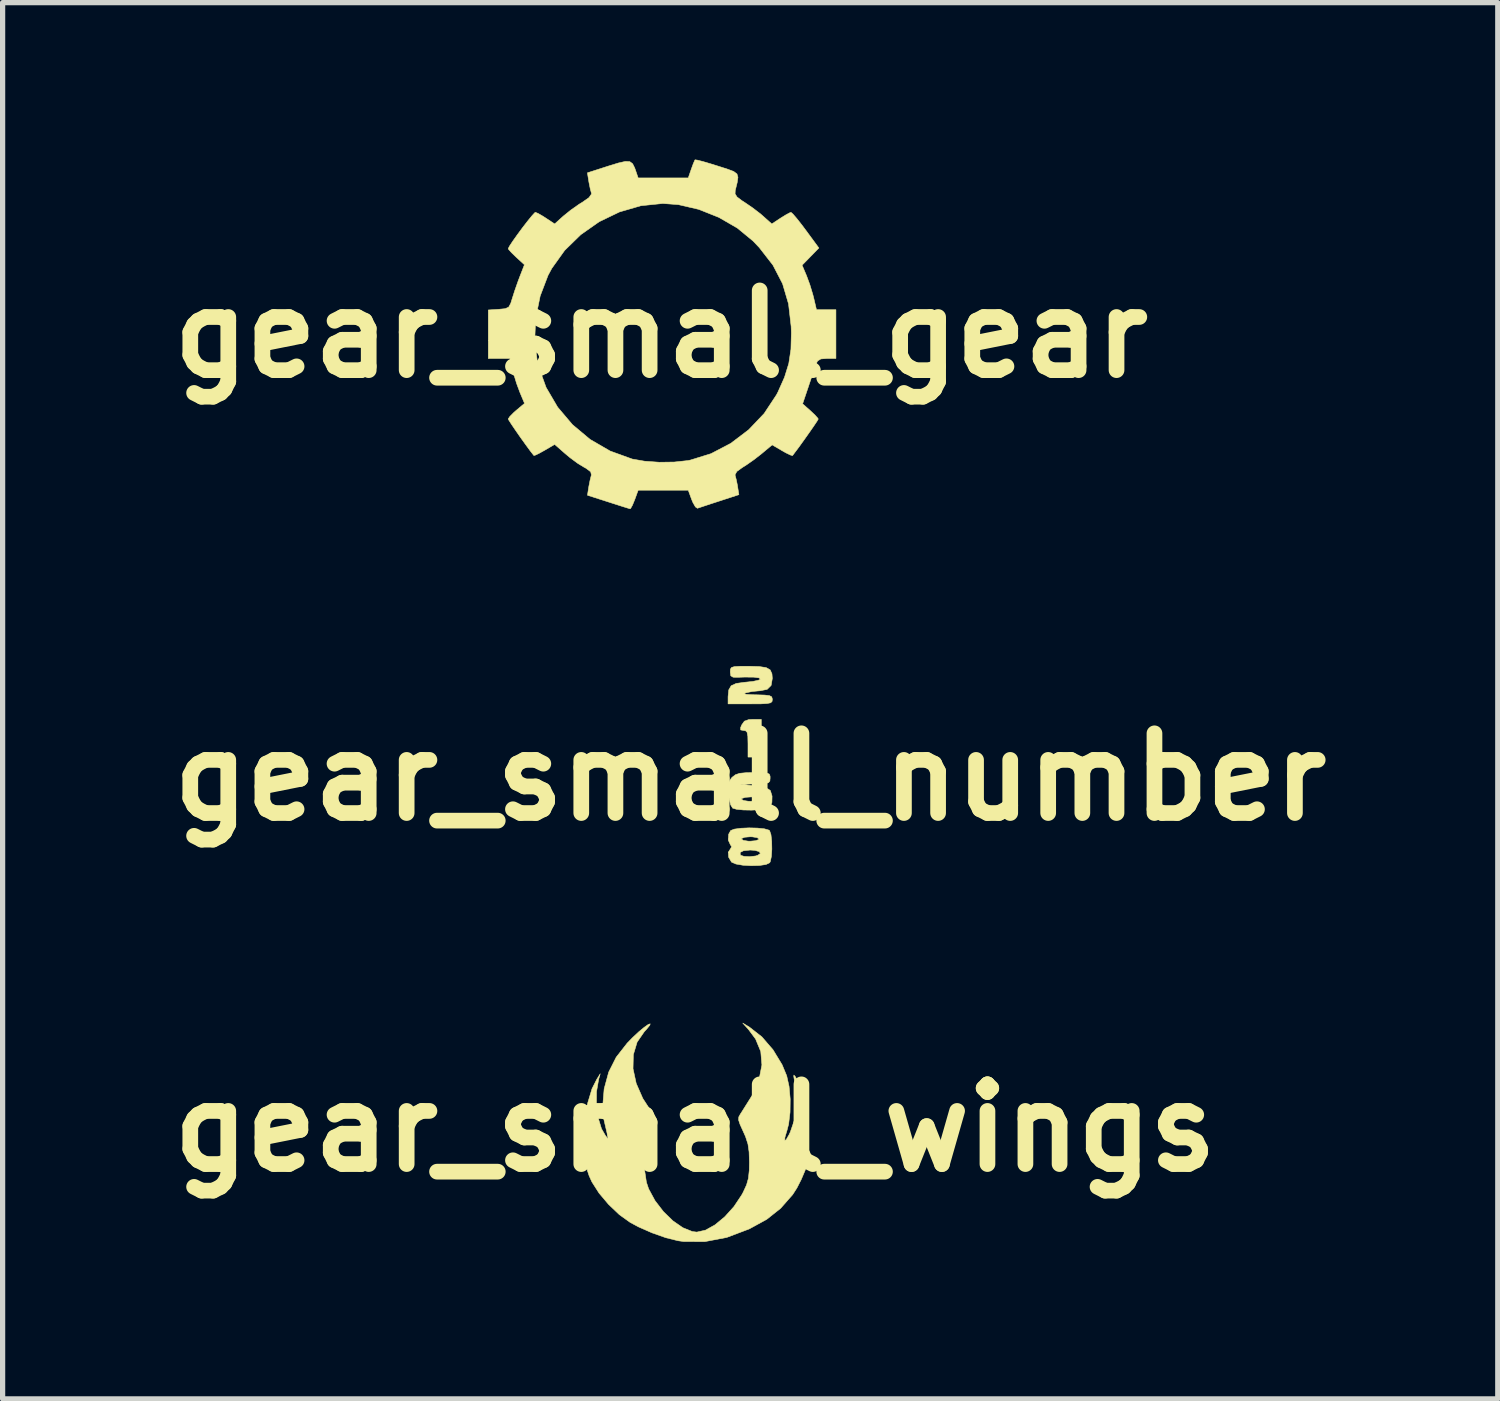
<source format=kicad_pcb>
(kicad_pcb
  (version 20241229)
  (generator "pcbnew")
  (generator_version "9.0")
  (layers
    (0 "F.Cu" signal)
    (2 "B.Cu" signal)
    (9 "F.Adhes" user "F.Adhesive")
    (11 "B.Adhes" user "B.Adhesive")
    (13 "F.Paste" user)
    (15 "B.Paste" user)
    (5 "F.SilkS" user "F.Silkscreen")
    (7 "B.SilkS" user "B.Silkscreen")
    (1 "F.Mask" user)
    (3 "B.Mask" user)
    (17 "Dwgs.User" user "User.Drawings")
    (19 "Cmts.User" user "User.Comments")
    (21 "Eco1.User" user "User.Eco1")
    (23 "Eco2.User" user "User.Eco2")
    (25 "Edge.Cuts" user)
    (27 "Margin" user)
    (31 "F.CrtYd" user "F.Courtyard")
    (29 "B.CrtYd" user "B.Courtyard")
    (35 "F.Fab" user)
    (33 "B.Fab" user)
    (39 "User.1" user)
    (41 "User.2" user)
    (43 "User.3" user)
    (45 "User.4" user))
  (footprint "gear_small_gear"
    (layer "F.Cu")
    (at 9.587 3.337)
    (property "Reference" "gear_small_gear" (at 0 0 0) (layer "F.SilkS") (effects (font (size 1.524 1.524) (thickness 0.3))))
    (attr through_hole)
    (fp_poly (pts (xy 0.695 -3.326) (xy 0.802 -3.299) (xy 0.954 -3.254) (xy 1.079 -3.215) (xy 1.267 -3.155) (xy 1.388 -3.11) (xy 1.452 -3.062) (xy 1.471 -2.998) (xy 1.457 -2.9) (xy 1.421 -2.753) (xy 1.419 -2.746) (xy 1.416 -2.681) (xy 1.453 -2.622) (xy 1.545 -2.552) (xy 1.597 -2.519) (xy 1.748 -2.416) (xy 1.901 -2.299) (xy 1.958 -2.249) (xy 2.118 -2.106) (xy 2.286 -2.217) (xy 2.391 -2.282) (xy 2.467 -2.322) (xy 2.486 -2.327) (xy 2.523 -2.294) (xy 2.598 -2.207) (xy 2.697 -2.081) (xy 2.768 -1.986) (xy 3.018 -1.646) (xy 2.857 -1.481) (xy 2.697 -1.317) (xy 2.783 -1.114) (xy 2.846 -0.943) (xy 2.903 -0.754) (xy 2.92 -0.688) (xy 2.972 -0.466) (xy 3.344 -0.466) (xy 3.344 0.466) (xy 3.174 0.466) (xy 3.056 0.475) (xy 2.994 0.513) (xy 2.969 0.561) (xy 2.94 0.645) (xy 2.893 0.783) (xy 2.836 0.949) (xy 2.821 0.995) (xy 2.707 1.333) (xy 2.856 1.465) (xy 2.944 1.548) (xy 2.998 1.609) (xy 3.006 1.624) (xy 2.983 1.665) (xy 2.922 1.756) (xy 2.836 1.88) (xy 2.737 2.02) (xy 2.638 2.158) (xy 2.55 2.275) (xy 2.514 2.323) (xy 2.474 2.312) (xy 2.385 2.269) (xy 2.313 2.228) (xy 2.125 2.118) (xy 1.92 2.289) (xy 1.779 2.399) (xy 1.635 2.5) (xy 1.554 2.551) (xy 1.45 2.626) (xy 1.415 2.69) (xy 1.417 2.7) (xy 1.438 2.78) (xy 1.462 2.897) (xy 1.464 2.915) (xy 1.489 3.07) (xy 1.115 3.192) (xy 0.946 3.247) (xy 0.807 3.293) (xy 0.717 3.323) (xy 0.697 3.33) (xy 0.658 3.304) (xy 0.61 3.22) (xy 0.587 3.165) (xy 0.521 2.985) (xy -0.437 2.985) (xy -0.502 3.164) (xy -0.546 3.271) (xy -0.581 3.333) (xy -0.591 3.34) (xy -0.639 3.326) (xy -0.748 3.292) (xy -0.901 3.243) (xy -1.01 3.208) (xy -1.406 3.081) (xy -1.381 2.92) (xy -1.357 2.797) (xy -1.334 2.704) (xy -1.33 2.695) (xy -1.344 2.633) (xy -1.434 2.565) (xy -1.468 2.547) (xy -1.591 2.472) (xy -1.736 2.365) (xy -1.831 2.286) (xy -2.033 2.109) (xy -2.226 2.222) (xy -2.336 2.283) (xy -2.411 2.318) (xy -2.431 2.321) (xy -2.5 2.233) (xy -2.59 2.11) (xy -2.689 1.972) (xy -2.784 1.835) (xy -2.862 1.72) (xy -2.911 1.643) (xy -2.921 1.622) (xy -2.891 1.577) (xy -2.816 1.501) (xy -2.765 1.456) (xy -2.609 1.325) (xy -2.696 1.118) (xy -2.761 0.944) (xy -2.819 0.753) (xy -2.835 0.688) (xy -2.887 0.466) (xy -3.302 0.466) (xy -3.302 0.121) (xy -2.414 0.121) (xy -2.364 0.532) (xy -2.346 0.608) (xy -2.197 1.02) (xy -1.976 1.397) (xy -1.693 1.731) (xy -1.355 2.014) (xy -0.972 2.236) (xy -0.553 2.388) (xy -0.55 2.389) (xy -0.314 2.43) (xy -0.034 2.45) (xy 0.255 2.446) (xy 0.515 2.418) (xy 0.559 2.409) (xy 0.956 2.286) (xy 1.333 2.089) (xy 1.676 1.829) (xy 1.972 1.518) (xy 2.206 1.164) (xy 2.234 1.111) (xy 2.361 0.826) (xy 2.443 0.562) (xy 2.484 0.289) (xy 2.492 -0.025) (xy 2.488 -0.145) (xy 2.438 -0.577) (xy 2.324 -0.963) (xy 2.14 -1.318) (xy 1.879 -1.654) (xy 1.759 -1.78) (xy 1.459 -2.027) (xy 1.106 -2.231) (xy 0.723 -2.384) (xy 0.332 -2.475) (xy 0.034 -2.497) (xy -0.384 -2.454) (xy -0.794 -2.335) (xy -1.182 -2.148) (xy -1.535 -1.9) (xy -1.842 -1.6) (xy -2.088 -1.256) (xy -2.16 -1.122) (xy -2.31 -0.729) (xy -2.396 -0.307) (xy -2.414 0.121) (xy -3.302 0.121) (xy -3.302 -0.461) (xy -3.101 -0.474) (xy -2.978 -0.486) (xy -2.912 -0.516) (xy -2.873 -0.587) (xy -2.845 -0.677) (xy -2.796 -0.831) (xy -2.733 -1.01) (xy -2.7 -1.097) (xy -2.611 -1.326) (xy -2.766 -1.468) (xy -2.855 -1.554) (xy -2.911 -1.616) (xy -2.921 -1.633) (xy -2.897 -1.681) (xy -2.835 -1.775) (xy -2.748 -1.898) (xy -2.649 -2.032) (xy -2.551 -2.159) (xy -2.468 -2.261) (xy -2.414 -2.32) (xy -2.402 -2.328) (xy -2.35 -2.307) (xy -2.255 -2.252) (xy -2.201 -2.217) (xy -2.033 -2.106) (xy -1.868 -2.255) (xy -1.727 -2.369) (xy -1.565 -2.483) (xy -1.506 -2.519) (xy -1.377 -2.609) (xy -1.329 -2.678) (xy -1.331 -2.697) (xy -1.353 -2.778) (xy -1.377 -2.898) (xy -1.381 -2.921) (xy -1.407 -3.083) (xy -1.01 -3.211) (xy -0.815 -3.271) (xy -0.682 -3.301) (xy -0.597 -3.297) (xy -0.543 -3.257) (xy -0.503 -3.177) (xy -0.483 -3.12) (xy -0.437 -2.985) (xy 0.521 -2.985) (xy 0.578 -3.151) (xy 0.617 -3.258) (xy 0.646 -3.324) (xy 0.651 -3.332) (xy 0.695 -3.326)) (stroke (width 0.01) (type solid)) (fill yes) (layer "F.SilkS")))
  (footprint "gear_small_wings"
    (layer "F.Cu")
    (at 10.24 18.515)
    (property "Reference" "gear_small_wings" (at 0 0 0) (layer "F.SilkS") (effects (font (size 1.524 1.524) (thickness 0.3))))
    (attr through_hole)
    (fp_poly (pts (xy 1.037 -1.929) (xy 1.275 -1.743) (xy 1.489 -1.495) (xy 1.662 -1.21) (xy 1.75 -0.998) (xy 1.795 -0.796) (xy 1.817 -0.553) (xy 1.814 -0.302) (xy 1.787 -0.076) (xy 1.756 0.044) (xy 1.716 0.178) (xy 1.713 0.238) (xy 1.741 0.222) (xy 1.796 0.126) (xy 1.82 0.074) (xy 1.928 -0.241) (xy 1.961 -0.53) (xy 1.928 -0.77) (xy 1.899 -0.896) (xy 1.885 -0.986) (xy 1.887 -1.012) (xy 1.912 -0.986) (xy 1.96 -0.901) (xy 2.021 -0.779) (xy 2.074 -0.657) (xy 2.109 -0.544) (xy 2.13 -0.417) (xy 2.141 -0.252) (xy 2.147 -0.051) (xy 2.153 0.143) (xy 2.161 0.306) (xy 2.17 0.42) (xy 2.179 0.463) (xy 2.183 0.535) (xy 2.154 0.66) (xy 2.099 0.817) (xy 2.027 0.986) (xy 1.946 1.145) (xy 1.863 1.275) (xy 1.862 1.276) (xy 1.633 1.536) (xy 1.367 1.747) (xy 1.04 1.926) (xy 1.037 1.928) (xy 0.604 2.092) (xy 0.184 2.172) (xy -0.222 2.17) (xy -0.328 2.155) (xy -0.559 2.098) (xy -0.823 2.005) (xy -1.084 1.89) (xy -1.244 1.804) (xy -1.449 1.657) (xy -1.655 1.461) (xy -1.838 1.244) (xy -1.972 1.034) (xy -1.978 1.022) (xy -2.027 0.914) (xy -2.061 0.812) (xy -2.083 0.697) (xy -2.096 0.546) (xy -2.104 0.339) (xy -2.106 0.256) (xy -2.099 -0.143) (xy -2.055 -0.476) (xy -1.972 -0.751) (xy -1.881 -0.931) (xy -1.815 -1.037) (xy -1.845 -0.931) (xy -1.886 -0.694) (xy -1.888 -0.441) (xy -1.855 -0.195) (xy -1.79 0.016) (xy -1.713 0.148) (xy -1.644 0.233) (xy -1.673 0.148) (xy -1.741 -0.145) (xy -1.764 -0.461) (xy -1.74 -0.749) (xy -1.653 -1.069) (xy -1.51 -1.353) (xy -1.3 -1.622) (xy -1.2 -1.725) (xy -1.077 -1.84) (xy -0.974 -1.925) (xy -0.899 -1.978) (xy -0.86 -1.992) (xy -0.867 -1.965) (xy -0.928 -1.89) (xy -0.971 -1.844) (xy -1.11 -1.642) (xy -1.182 -1.402) (xy -1.188 -1.134) (xy -1.127 -0.852) (xy -1.001 -0.565) (xy -0.863 -0.352) (xy -0.798 -0.262) (xy -0.771 -0.197) (xy -0.781 -0.126) (xy -0.828 -0.02) (xy -0.857 0.04) (xy -0.931 0.257) (xy -0.968 0.518) (xy -0.969 0.789) (xy -0.932 1.037) (xy -0.89 1.163) (xy -0.767 1.39) (xy -0.607 1.598) (xy -0.425 1.775) (xy -0.236 1.906) (xy -0.055 1.979) (xy 0.031 1.99) (xy 0.197 1.953) (xy 0.38 1.851) (xy 0.566 1.697) (xy 0.741 1.503) (xy 0.888 1.283) (xy 0.918 1.228) (xy 0.982 1.089) (xy 1.018 0.962) (xy 1.034 0.813) (xy 1.037 0.656) (xy 1.031 0.458) (xy 1.009 0.306) (xy 0.963 0.164) (xy 0.92 0.068) (xy 0.858 -0.069) (xy 0.83 -0.153) (xy 0.834 -0.212) (xy 0.865 -0.268) (xy 0.878 -0.287) (xy 1.088 -0.621) (xy 1.221 -0.926) (xy 1.276 -1.205) (xy 1.254 -1.463) (xy 1.155 -1.702) (xy 1.022 -1.881) (xy 0.91 -2.006) (xy 1.037 -1.929)) (stroke (width 0.01) (type solid)) (fill yes) (layer "F.SilkS")))
  (footprint "gear_small_number"
    (layer "F.Cu")
    (at 11.292 11.804)
    (property "Reference" "gear_small_number" (at 0 0 0) (layer "F.SilkS") (effects (font (size 1.524 1.524) (thickness 0.3))))
    (attr through_hole)
    (fp_poly (pts (xy 0.212 -0.381) (xy -0.042 -0.381) (xy -0.042 -0.635) (xy -0.045 -0.777) (xy -0.059 -0.854) (xy -0.09 -0.884) (xy -0.126 -0.889) (xy -0.182 -0.899) (xy -0.183 -0.944) (xy -0.162 -0.995) (xy -0.111 -1.067) (xy -0.028 -1.097) (xy 0.049 -1.101) (xy 0.212 -1.101) (xy 0.212 -0.381)) (stroke (width 0.01) (type solid)) (fill yes) (layer "F.SilkS"))
    (fp_poly (pts (xy 0.173 -2.111) (xy 0.305 -2.091) (xy 0.382 -2.047) (xy 0.416 -1.973) (xy 0.423 -1.884) (xy 0.4 -1.75) (xy 0.324 -1.675) (xy 0.183 -1.647) (xy 0.171 -1.647) (xy 0.035 -1.634) (xy -0.084 -1.609) (xy -0.085 -1.609) (xy -0.116 -1.591) (xy -0.072 -1.579) (xy 0.05 -1.572) (xy 0.116 -1.571) (xy 0.276 -1.566) (xy 0.368 -1.555) (xy 0.411 -1.532) (xy 0.423 -1.492) (xy 0.423 -1.482) (xy 0.418 -1.443) (xy 0.39 -1.418) (xy 0.325 -1.405) (xy 0.208 -1.398) (xy 0.023 -1.397) (xy 0 -1.397) (xy -0.423 -1.397) (xy -0.423 -1.535) (xy -0.41 -1.664) (xy -0.364 -1.744) (xy -0.268 -1.788) (xy -0.105 -1.811) (xy -0.087 -1.812) (xy 0.052 -1.827) (xy 0.155 -1.849) (xy 0.194 -1.868) (xy 0.172 -1.894) (xy 0.072 -1.908) (xy -0.103 -1.91) (xy -0.222 -1.906) (xy -0.326 -1.907) (xy -0.371 -1.934) (xy -0.381 -2.003) (xy -0.381 -2.008) (xy -0.378 -2.061) (xy -0.357 -2.093) (xy -0.302 -2.11) (xy -0.196 -2.116) (xy -0.03 -2.117) (xy 0.173 -2.111)) (stroke (width 0.01) (type solid)) (fill yes) (layer "F.SilkS"))
    (fp_poly (pts (xy 0.225 -0.083) (xy 0.32 -0.075) (xy 0.365 -0.055) (xy 0.38 -0.016) (xy 0.381 0.021) (xy 0.376 0.077) (xy 0.349 0.11) (xy 0.281 0.125) (xy 0.153 0.132) (xy 0.095 0.133) (xy -0.191 0.139) (xy 0.078 0.169) (xy 0.232 0.195) (xy 0.343 0.23) (xy 0.385 0.259) (xy 0.418 0.365) (xy 0.415 0.487) (xy 0.376 0.58) (xy 0.373 0.584) (xy 0.305 0.61) (xy 0.181 0.626) (xy 0.027 0.634) (xy -0.129 0.631) (xy -0.259 0.618) (xy -0.335 0.596) (xy -0.374 0.532) (xy -0.4 0.423) (xy -0.169 0.423) (xy -0.131 0.449) (xy -0.036 0.464) (xy 0.021 0.466) (xy 0.135 0.457) (xy 0.203 0.436) (xy 0.212 0.423) (xy 0.174 0.398) (xy 0.078 0.383) (xy 0.021 0.381) (xy -0.092 0.389) (xy -0.161 0.411) (xy -0.169 0.423) (xy -0.4 0.423) (xy -0.404 0.408) (xy -0.414 0.326) (xy -0.42 0.181) (xy -0.404 0.089) (xy -0.358 0.02) (xy -0.344 0.005) (xy -0.282 -0.043) (xy -0.202 -0.07) (xy -0.078 -0.082) (xy 0.064 -0.085) (xy 0.225 -0.083)) (stroke (width 0.01) (type solid)) (fill yes) (layer "F.SilkS"))
    (fp_poly (pts (xy 0.136 0.977) (xy 0.272 0.991) (xy 0.358 1.016) (xy 0.371 1.027) (xy 0.397 1.102) (xy 0.411 1.23) (xy 0.414 1.379) (xy 0.405 1.519) (xy 0.384 1.618) (xy 0.372 1.64) (xy 0.302 1.673) (xy 0.175 1.692) (xy 0.019 1.696) (xy -0.14 1.687) (xy -0.273 1.664) (xy -0.354 1.629) (xy -0.357 1.627) (xy -0.412 1.534) (xy -0.418 1.443) (xy -0.193 1.443) (xy -0.188 1.491) (xy -0.182 1.497) (xy -0.118 1.518) (xy -0.011 1.523) (xy 0.1 1.511) (xy 0.144 1.498) (xy 0.195 1.462) (xy 0.173 1.427) (xy 0.09 1.403) (xy 0 1.397) (xy -0.127 1.41) (xy -0.193 1.443) (xy -0.418 1.443) (xy -0.418 1.437) (xy -0.377 1.374) (xy -0.354 1.331) (xy -0.377 1.299) (xy -0.419 1.207) (xy -0.417 1.185) (xy -0.169 1.185) (xy -0.132 1.212) (xy -0.038 1.227) (xy 0 1.228) (xy 0.106 1.218) (xy 0.165 1.195) (xy 0.169 1.185) (xy 0.132 1.159) (xy 0.038 1.144) (xy 0 1.143) (xy -0.106 1.152) (xy -0.165 1.176) (xy -0.169 1.185) (xy -0.417 1.185) (xy -0.412 1.095) (xy -0.373 1.024) (xy -0.303 0.997) (xy -0.177 0.98) (xy -0.022 0.973) (xy 0.136 0.977)) (stroke (width 0.01) (type solid)) (fill yes) (layer "F.SilkS")))
  (gr_rect
    (start -3 -3)
    (end 25.584 23.693)
    (stroke (width 0.1) (type default))
    (fill no)
    (layer "Edge.Cuts")))
</source>
